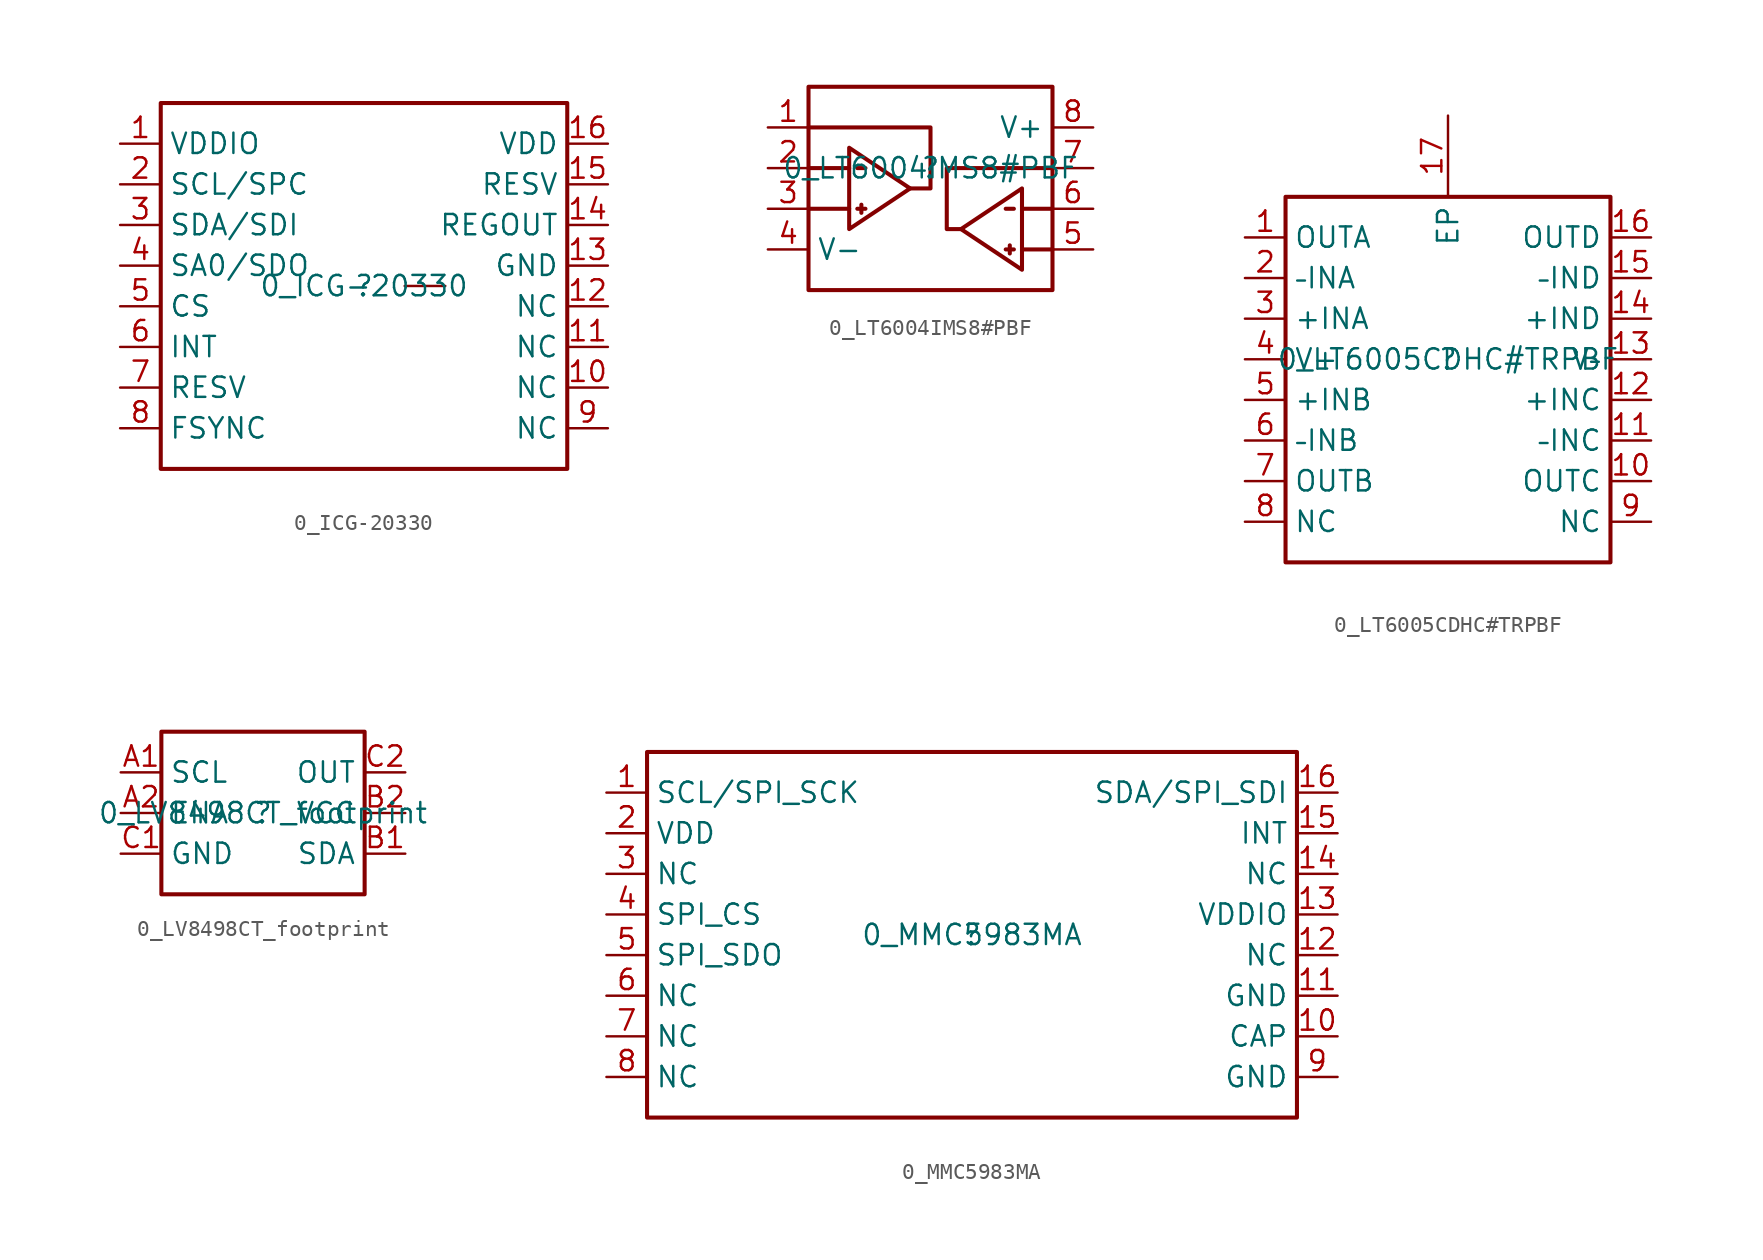
<source format=kicad_sym>
(kicad_symbol_lib
  (version 20211014)
  (generator kicad_symbol_editor)
  (symbol "0_ICG-20330"
    (property "Reference" ""
      (at 0 0 0)
      (effects (font (size 1.27 1.27))))
    (property "Value" "0_ICG-20330"
      (at 0 0 0)
      (effects (font (size 1.27 1.27))))
    (symbol "0_ICG-20330_1_0"
      (rectangle (start 12.7 11.43) (end -12.7 -11.43) (stroke (width 0.254) (type default) (color 0 0 0 0)) (fill (type none)))
      (pin passive line (at -15.24 8.89 0) (length 2.54) (name "VDDIO" (effects (font (size 1.27 1.27)))) (number "1" (effects (font (size 1.27 1.27)))))
      (pin passive line (at 15.24 -6.35 180) (length 2.54) (name "NC" (effects (font (size 1.27 1.27)))) (number "10" (effects (font (size 1.27 1.27)))))
      (pin passive line (at 15.24 -3.81 180) (length 2.54) (name "NC" (effects (font (size 1.27 1.27)))) (number "11" (effects (font (size 1.27 1.27)))))
      (pin passive line (at 15.24 -1.27 180) (length 2.54) (name "NC" (effects (font (size 1.27 1.27)))) (number "12" (effects (font (size 1.27 1.27)))))
      (pin passive line (at 15.24 1.27 180) (length 2.54) (name "GND" (effects (font (size 1.27 1.27)))) (number "13" (effects (font (size 1.27 1.27)))))
      (pin passive line (at 15.24 3.81 180) (length 2.54) (name "REGOUT" (effects (font (size 1.27 1.27)))) (number "14" (effects (font (size 1.27 1.27)))))
      (pin passive line (at 15.24 6.35 180) (length 2.54) (name "RESV" (effects (font (size 1.27 1.27)))) (number "15" (effects (font (size 1.27 1.27)))))
      (pin passive line (at 15.24 8.89 180) (length 2.54) (name "VDD" (effects (font (size 1.27 1.27)))) (number "16" (effects (font (size 1.27 1.27)))))
      (pin passive line (at 5.08 0 180) (length 2.54) (name "2" (effects (font (size 0 0)))) (number "2" (effects (font (size 0 0)))))
      (pin passive line (at -15.24 6.35 0) (length 2.54) (name "SCL/SPC" (effects (font (size 1.27 1.27)))) (number "2" (effects (font (size 1.27 1.27)))))
      (pin passive line (at -15.24 3.81 0) (length 2.54) (name "SDA/SDI" (effects (font (size 1.27 1.27)))) (number "3" (effects (font (size 1.27 1.27)))))
      (pin passive line (at -15.24 1.27 0) (length 2.54) (name "SA0/SDO" (effects (font (size 1.27 1.27)))) (number "4" (effects (font (size 1.27 1.27)))))
      (pin passive line (at -15.24 -1.27 0) (length 2.54) (name "CS" (effects (font (size 1.27 1.27)))) (number "5" (effects (font (size 1.27 1.27)))))
      (pin passive line (at -15.24 -3.81 0) (length 2.54) (name "INT" (effects (font (size 1.27 1.27)))) (number "6" (effects (font (size 1.27 1.27)))))
      (pin passive line (at -15.24 -6.35 0) (length 2.54) (name "RESV" (effects (font (size 1.27 1.27)))) (number "7" (effects (font (size 1.27 1.27)))))
      (pin passive line (at -15.24 -8.89 0) (length 2.54) (name "FSYNC" (effects (font (size 1.27 1.27)))) (number "8" (effects (font (size 1.27 1.27)))))
      (pin passive line (at 15.24 -8.89 180) (length 2.54) (name "NC" (effects (font (size 1.27 1.27)))) (number "9" (effects (font (size 1.27 1.27)))))))
  (symbol "0_LT6004IMS8#PBF"
    (property "Reference" ""
      (at 0 0 0)
      (effects (font (size 1.27 1.27))))
    (property "Value" "0_LT6004IMS8#PBF"
      (at 0 0 0)
      (effects (font (size 1.27 1.27))))
    (symbol "0_LT6004IMS8#PBF_1_0"
      (polyline (pts (xy -7.62 -2.54) (xy -5.08 -2.54)) (stroke (width 0.254) (type default) (color 0 0 0 0)) (fill (type none)))
      (polyline (pts (xy -7.62 0) (xy -5.08 0)) (stroke (width 0.254) (type default) (color 0 0 0 0)) (fill (type none)))
      (polyline (pts (xy -4.572 -2.54) (xy -4.064 -2.54)) (stroke (width 0.254) (type default) (color 0 0 0 0)) (fill (type none)))
      (polyline (pts (xy -4.572 0) (xy -4.064 0)) (stroke (width 0.254) (type default) (color 0 0 0 0)) (fill (type none)))
      (polyline (pts (xy -4.318 -2.286) (xy -4.318 -2.794)) (stroke (width 0.254) (type default) (color 0 0 0 0)) (fill (type none)))
      (polyline (pts (xy 4.953 -4.826) (xy 4.953 -5.334)) (stroke (width 0.254) (type default) (color 0 0 0 0)) (fill (type none)))
      (polyline (pts (xy 5.207 -5.08) (xy 4.699 -5.08)) (stroke (width 0.254) (type default) (color 0 0 0 0)) (fill (type none)))
      (polyline (pts (xy 5.207 -2.54) (xy 4.699 -2.54)) (stroke (width 0.254) (type default) (color 0 0 0 0)) (fill (type none)))
      (polyline (pts (xy 7.62 -5.08) (xy 5.842 -5.08)) (stroke (width 0.254) (type default) (color 0 0 0 0)) (fill (type none)))
      (polyline (pts (xy 7.62 -2.54) (xy 5.842 -2.54)) (stroke (width 0.254) (type default) (color 0 0 0 0)) (fill (type none)))
      (polyline (pts (xy -7.62 2.54) (xy 0 2.54) (xy 0 2.54) (xy 0 -1.27) (xy 0 -1.27) (xy -1.27 -1.27)) (stroke (width 0.254) (type default) (color 0 0 0 0)) (fill (type none)))
      (polyline (pts (xy -5.08 1.27) (xy -1.27 -1.27) (xy -1.27 -1.27) (xy -5.08 -3.81) (xy -5.08 -3.81) (xy -5.08 1.27)) (stroke (width 0.254) (type default) (color 0 0 0 0)) (fill (type none)))
      (polyline (pts (xy 5.715 -1.27) (xy 1.905 -3.81) (xy 1.905 -3.81) (xy 5.715 -6.35) (xy 5.715 -6.35) (xy 5.715 -1.27)) (stroke (width 0.254) (type default) (color 0 0 0 0)) (fill (type none)))
      (polyline (pts (xy 7.62 0) (xy 1.016 0) (xy 1.016 0) (xy 1.016 -3.81) (xy 1.016 -3.81) (xy 2.032 -3.81)) (stroke (width 0.254) (type default) (color 0 0 0 0)) (fill (type none)))
      (rectangle (start 7.62 5.08) (end -7.62 -7.62) (stroke (width 0.254) (type default) (color 0 0 0 0)) (fill (type none)))
      (pin passive line (at -10.16 2.54 0) (length 2.54) (name "OUTA" (effects (font (size 0 0)))) (number "1" (effects (font (size 1.27 1.27)))))
      (pin passive line (at -10.16 0 0) (length 2.54) (name "INA-" (effects (font (size 0 0)))) (number "2" (effects (font (size 1.27 1.27)))))
      (pin passive line (at -10.16 -2.54 0) (length 2.54) (name "INA+" (effects (font (size 0 0)))) (number "3" (effects (font (size 1.27 1.27)))))
      (pin passive line (at -10.16 -5.08 0) (length 2.54) (name "V-" (effects (font (size 1.27 1.27)))) (number "4" (effects (font (size 1.27 1.27)))))
      (pin passive line (at 10.16 -5.08 180) (length 2.54) (name "INB+" (effects (font (size 0 0)))) (number "5" (effects (font (size 1.27 1.27)))))
      (pin passive line (at 10.16 -2.54 180) (length 2.54) (name "INB-" (effects (font (size 0 0)))) (number "6" (effects (font (size 1.27 1.27)))))
      (pin passive line (at 10.16 0 180) (length 2.54) (name "OUTB" (effects (font (size 0 0)))) (number "7" (effects (font (size 1.27 1.27)))))
      (pin passive line (at 10.16 2.54 180) (length 2.54) (name "V+" (effects (font (size 1.27 1.27)))) (number "8" (effects (font (size 1.27 1.27)))))))
  (symbol "0_LT6005CDHC#TRPBF"
    (property "Reference" ""
      (at 0 0 0)
      (effects (font (size 1.27 1.27))))
    (property "Value" "0_LT6005CDHC#TRPBF"
      (at 0 0 0)
      (effects (font (size 1.27 1.27))))
    (symbol "0_LT6005CDHC#TRPBF_1_0"
      (rectangle (start 10.16 10.16) (end -10.16 -12.7) (stroke (width 0.254) (type default) (color 0 0 0 0)) (fill (type none)))
      (pin passive line (at -12.7 7.62 0) (length 2.54) (name "OUTA" (effects (font (size 1.27 1.27)))) (number "1" (effects (font (size 1.27 1.27)))))
      (pin passive line (at 12.7 -7.62 180) (length 2.54) (name "OUTC" (effects (font (size 1.27 1.27)))) (number "10" (effects (font (size 1.27 1.27)))))
      (pin passive line (at 12.7 -5.08 180) (length 2.54) (name "–INC" (effects (font (size 1.27 1.27)))) (number "11" (effects (font (size 1.27 1.27)))))
      (pin passive line (at 12.7 -2.54 180) (length 2.54) (name "+INC" (effects (font (size 1.27 1.27)))) (number "12" (effects (font (size 1.27 1.27)))))
      (pin passive line (at 12.7 0 180) (length 2.54) (name "V–" (effects (font (size 1.27 1.27)))) (number "13" (effects (font (size 1.27 1.27)))))
      (pin passive line (at 12.7 2.54 180) (length 2.54) (name "+IND" (effects (font (size 1.27 1.27)))) (number "14" (effects (font (size 1.27 1.27)))))
      (pin passive line (at 12.7 5.08 180) (length 2.54) (name "–IND" (effects (font (size 1.27 1.27)))) (number "15" (effects (font (size 1.27 1.27)))))
      (pin passive line (at 12.7 7.62 180) (length 2.54) (name "OUTD" (effects (font (size 1.27 1.27)))) (number "16" (effects (font (size 1.27 1.27)))))
      (pin passive line (at 0 15.24 270) (length 5.08) (name "EP" (effects (font (size 1.27 1.27)))) (number "17" (effects (font (size 1.27 1.27)))))
      (pin passive line (at -12.7 5.08 0) (length 2.54) (name "–INA" (effects (font (size 1.27 1.27)))) (number "2" (effects (font (size 1.27 1.27)))))
      (pin passive line (at -12.7 2.54 0) (length 2.54) (name "+INA" (effects (font (size 1.27 1.27)))) (number "3" (effects (font (size 1.27 1.27)))))
      (pin passive line (at -12.7 0 0) (length 2.54) (name "V+" (effects (font (size 1.27 1.27)))) (number "4" (effects (font (size 1.27 1.27)))))
      (pin passive line (at -12.7 -2.54 0) (length 2.54) (name "+INB" (effects (font (size 1.27 1.27)))) (number "5" (effects (font (size 1.27 1.27)))))
      (pin passive line (at -12.7 -5.08 0) (length 2.54) (name "–INB" (effects (font (size 1.27 1.27)))) (number "6" (effects (font (size 1.27 1.27)))))
      (pin passive line (at -12.7 -7.62 0) (length 2.54) (name "OUTB" (effects (font (size 1.27 1.27)))) (number "7" (effects (font (size 1.27 1.27)))))
      (pin passive line (at -12.7 -10.16 0) (length 2.54) (name "NC" (effects (font (size 1.27 1.27)))) (number "8" (effects (font (size 1.27 1.27)))))
      (pin passive line (at 12.7 -10.16 180) (length 2.54) (name "NC" (effects (font (size 1.27 1.27)))) (number "9" (effects (font (size 1.27 1.27)))))))
  (symbol "0_LV8498CT_footprint"
    (property "Reference" ""
      (at 0 0 0)
      (effects (font (size 1.27 1.27))))
    (property "Value" "0_LV8498CT_footprint"
      (at 0 0 0)
      (effects (font (size 1.27 1.27))))
    (symbol "0_LV8498CT_footprint_1_0"
      (rectangle (start 6.35 5.08) (end -6.35 -5.08) (stroke (width 0.254) (type default) (color 0 0 0 0)) (fill (type none)))
      (pin passive line (at -8.89 2.54 0) (length 2.54) (name "SCL" (effects (font (size 1.27 1.27)))) (number "A1" (effects (font (size 1.27 1.27)))))
      (pin passive line (at -8.89 0 0) (length 2.54) (name "ENA" (effects (font (size 1.27 1.27)))) (number "A2" (effects (font (size 1.27 1.27)))))
      (pin passive line (at 8.89 -2.54 180) (length 2.54) (name "SDA" (effects (font (size 1.27 1.27)))) (number "B1" (effects (font (size 1.27 1.27)))))
      (pin passive line (at 8.89 0 180) (length 2.54) (name "VCC" (effects (font (size 1.27 1.27)))) (number "B2" (effects (font (size 1.27 1.27)))))
      (pin passive line (at -8.89 -2.54 0) (length 2.54) (name "GND" (effects (font (size 1.27 1.27)))) (number "C1" (effects (font (size 1.27 1.27)))))
      (pin passive line (at 8.89 2.54 180) (length 2.54) (name "OUT" (effects (font (size 1.27 1.27)))) (number "C2" (effects (font (size 1.27 1.27)))))))
  (symbol "0_MMC5983MA"
    (property "Reference" ""
      (at 0 0 0)
      (effects (font (size 1.27 1.27))))
    (property "Value" "0_MMC5983MA"
      (at 0 0 0)
      (effects (font (size 1.27 1.27))))
    (symbol "0_MMC5983MA_1_0"
      (rectangle (start 20.32 11.43) (end -20.32 -11.43) (stroke (width 0.254) (type default) (color 0 0 0 0)) (fill (type none)))
      (pin passive line (at -22.86 8.89 0) (length 2.54) (name "SCL/SPI_SCK" (effects (font (size 1.27 1.27)))) (number "1" (effects (font (size 1.27 1.27)))))
      (pin passive line (at 22.86 -6.35 180) (length 2.54) (name "CAP" (effects (font (size 1.27 1.27)))) (number "10" (effects (font (size 1.27 1.27)))))
      (pin passive line (at 22.86 -3.81 180) (length 2.54) (name "GND" (effects (font (size 1.27 1.27)))) (number "11" (effects (font (size 1.27 1.27)))))
      (pin passive line (at 22.86 -1.27 180) (length 2.54) (name "NC" (effects (font (size 1.27 1.27)))) (number "12" (effects (font (size 1.27 1.27)))))
      (pin passive line (at 22.86 1.27 180) (length 2.54) (name "VDDIO" (effects (font (size 1.27 1.27)))) (number "13" (effects (font (size 1.27 1.27)))))
      (pin passive line (at 22.86 3.81 180) (length 2.54) (name "NC" (effects (font (size 1.27 1.27)))) (number "14" (effects (font (size 1.27 1.27)))))
      (pin passive line (at 22.86 6.35 180) (length 2.54) (name "INT" (effects (font (size 1.27 1.27)))) (number "15" (effects (font (size 1.27 1.27)))))
      (pin passive line (at 22.86 8.89 180) (length 2.54) (name "SDA/SPI_SDI" (effects (font (size 1.27 1.27)))) (number "16" (effects (font (size 1.27 1.27)))))
      (pin passive line (at -22.86 6.35 0) (length 2.54) (name "VDD" (effects (font (size 1.27 1.27)))) (number "2" (effects (font (size 1.27 1.27)))))
      (pin passive line (at -22.86 3.81 0) (length 2.54) (name "NC" (effects (font (size 1.27 1.27)))) (number "3" (effects (font (size 1.27 1.27)))))
      (pin passive line (at -22.86 1.27 0) (length 2.54) (name "SPI_CS" (effects (font (size 1.27 1.27)))) (number "4" (effects (font (size 1.27 1.27)))))
      (pin passive line (at -22.86 -1.27 0) (length 2.54) (name "SPI_SDO" (effects (font (size 1.27 1.27)))) (number "5" (effects (font (size 1.27 1.27)))))
      (pin passive line (at -22.86 -3.81 0) (length 2.54) (name "NC" (effects (font (size 1.27 1.27)))) (number "6" (effects (font (size 1.27 1.27)))))
      (pin passive line (at -22.86 -6.35 0) (length 2.54) (name "NC" (effects (font (size 1.27 1.27)))) (number "7" (effects (font (size 1.27 1.27)))))
      (pin passive line (at -22.86 -8.89 0) (length 2.54) (name "NC" (effects (font (size 1.27 1.27)))) (number "8" (effects (font (size 1.27 1.27)))))
      (pin passive line (at 22.86 -8.89 180) (length 2.54) (name "GND" (effects (font (size 1.27 1.27)))) (number "9" (effects (font (size 1.27 1.27))))))))
</source>
